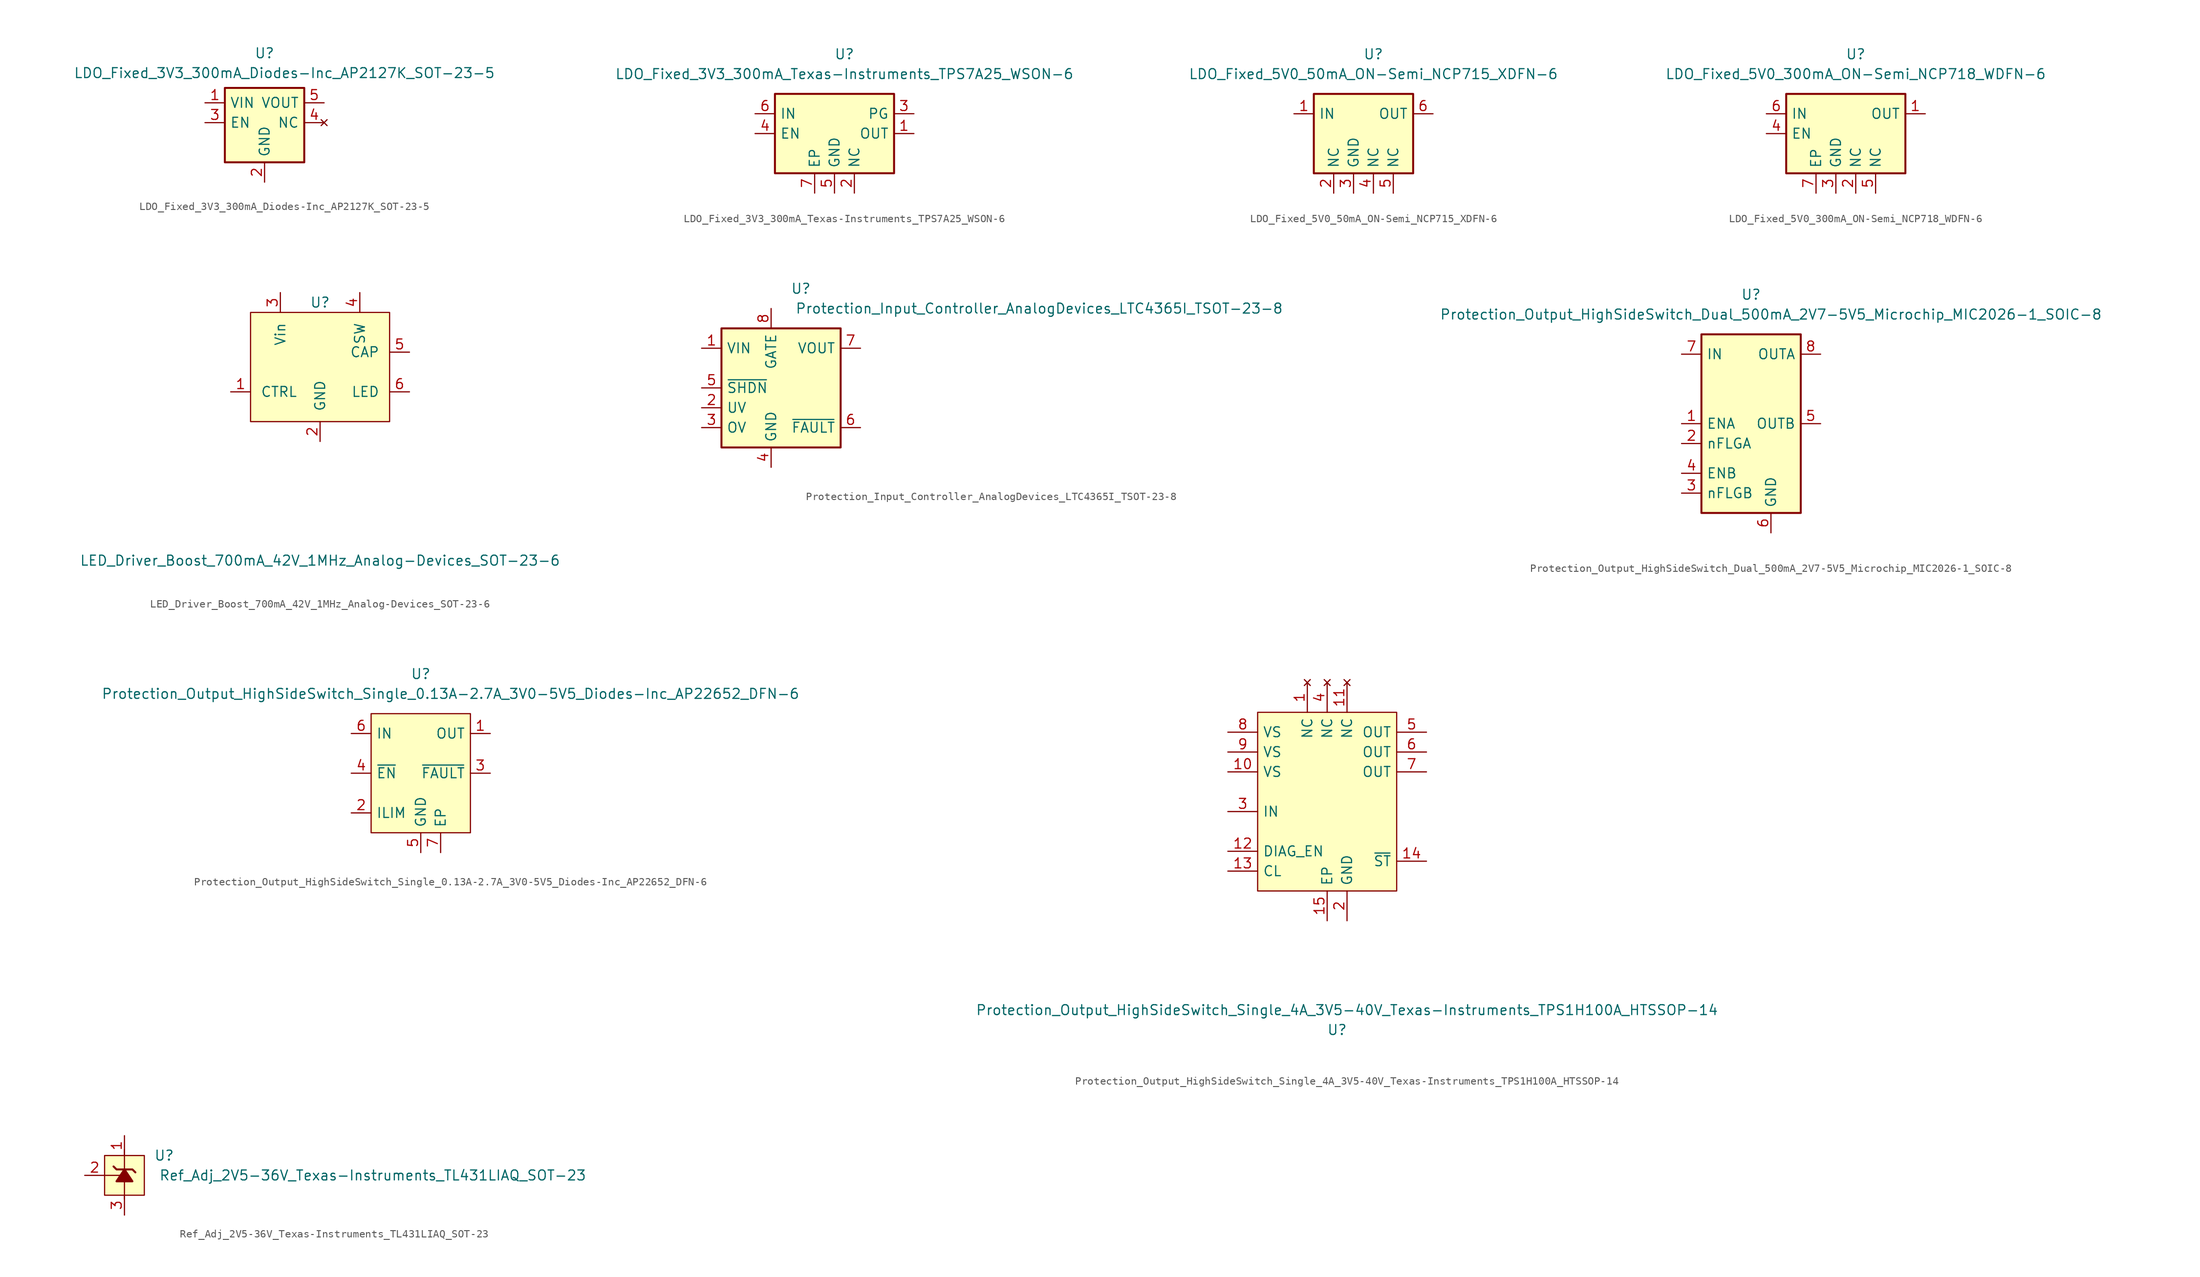
<source format=kicad_sym>
(kicad_symbol_lib
  (version 20211014)
  (generator kicad_symbol_editor)
  (symbol "LDO_Fixed_3V3_300mA_Diodes-Inc_AP2127K_SOT-23-5"
    (pin_names
      (offset 0.635))
    (property "Reference" "U"
      (at 0 8.89 0)
      (effects (font (size 1.27 1.27))))
    (property "Value" "LDO_Fixed_3V3_300mA_Diodes-Inc_AP2127K_SOT-23-5"
      (at 2.54 6.35 0)
      (effects (font (size 1.27 1.27))))
    (symbol "LDO_Fixed_3V3_300mA_Diodes-Inc_AP2127K_SOT-23-5_1_1"
      (rectangle (start -5.08 4.445) (end 5.08 -5.08) (stroke (width 0.254) (type default) (color 0 0 0 0)) (fill (type background)))
      (pin power_in line (at -7.62 2.54 0) (length 2.54) (name "VIN" (effects (font (size 1.27 1.27)))) (number "1" (effects (font (size 1.27 1.27)))))
      (pin power_in line (at 0 -7.62 90) (length 2.54) (name "GND" (effects (font (size 1.27 1.27)))) (number "2" (effects (font (size 1.27 1.27)))))
      (pin input line (at -7.62 0 0) (length 2.54) (name "EN" (effects (font (size 1.27 1.27)))) (number "3" (effects (font (size 1.27 1.27)))))
      (pin no_connect line (at 7.62 0 180) (length 2.54) (name "NC" (effects (font (size 1.27 1.27)))) (number "4" (effects (font (size 1.27 1.27)))))
      (pin power_out line (at 7.62 2.54 180) (length 2.54) (name "VOUT" (effects (font (size 1.27 1.27)))) (number "5" (effects (font (size 1.27 1.27)))))))
  (symbol "LDO_Fixed_3V3_300mA_Texas-Instruments_TPS7A25_WSON-6"
    (pin_names
      (offset 0.635))
    (property "Reference" "U"
      (at 1.27 10.16 0)
      (effects (font (size 1.27 1.27))))
    (property "Value" "LDO_Fixed_3V3_300mA_Texas-Instruments_TPS7A25_WSON-6"
      (at 1.27 7.62 0)
      (effects (font (size 1.27 1.27))))
    (symbol "LDO_Fixed_3V3_300mA_Texas-Instruments_TPS7A25_WSON-6_0_0"
      (pin power_in line (at 0 -7.62 90) (length 2.54) (name "GND" (effects (font (size 1.27 1.27)))) (number "5" (effects (font (size 1.27 1.27)))))
      (pin passive line (at -2.54 -7.62 90) (length 2.54) (name "EP" (effects (font (size 1.27 1.27)))) (number "7" (effects (font (size 1.27 1.27))))))
    (symbol "LDO_Fixed_3V3_300mA_Texas-Instruments_TPS7A25_WSON-6_1_1"
      (rectangle (start -7.62 5.08) (end 7.62 -5.08) (stroke (width 0.254) (type default) (color 0 0 0 0)) (fill (type background)))
      (pin power_out line (at 10.16 0 180) (length 2.54) (name "OUT" (effects (font (size 1.27 1.27)))) (number "1" (effects (font (size 1.27 1.27)))))
      (pin passive line (at 2.54 -7.62 90) (length 2.54) (name "NC" (effects (font (size 1.27 1.27)))) (number "2" (effects (font (size 1.27 1.27)))))
      (pin open_collector line (at 10.16 2.54 180) (length 2.54) (name "PG" (effects (font (size 1.27 1.27)))) (number "3" (effects (font (size 1.27 1.27)))))
      (pin input line (at -10.16 0 0) (length 2.54) (name "EN" (effects (font (size 1.27 1.27)))) (number "4" (effects (font (size 1.27 1.27)))))
      (pin power_in line (at -10.16 2.54 0) (length 2.54) (name "IN" (effects (font (size 1.27 1.27)))) (number "6" (effects (font (size 1.27 1.27)))))))
  (symbol "LDO_Fixed_5V0_50mA_ON-Semi_NCP715_XDFN-6"
    (pin_names
      (offset 0.635))
    (property "Reference" "U"
      (at 1.27 10.16 0)
      (effects (font (size 1.27 1.27))))
    (property "Value" "LDO_Fixed_5V0_50mA_ON-Semi_NCP715_XDFN-6"
      (at 1.27 7.62 0)
      (effects (font (size 1.27 1.27))))
    (symbol "LDO_Fixed_5V0_50mA_ON-Semi_NCP715_XDFN-6_0_0"
      (pin passive line (at 3.81 -7.62 90) (length 2.54) (name "NC" (effects (font (size 1.27 1.27)))) (number "5" (effects (font (size 1.27 1.27))))))
    (symbol "LDO_Fixed_5V0_50mA_ON-Semi_NCP715_XDFN-6_1_1"
      (rectangle (start -6.35 5.08) (end 6.35 -5.08) (stroke (width 0.254) (type default) (color 0 0 0 0)) (fill (type background)))
      (pin power_in line (at -8.89 2.54 0) (length 2.54) (name "IN" (effects (font (size 1.27 1.27)))) (number "1" (effects (font (size 1.27 1.27)))))
      (pin passive line (at -3.81 -7.62 90) (length 2.54) (name "NC" (effects (font (size 1.27 1.27)))) (number "2" (effects (font (size 1.27 1.27)))))
      (pin power_in line (at -1.27 -7.62 90) (length 2.54) (name "GND" (effects (font (size 1.27 1.27)))) (number "3" (effects (font (size 1.27 1.27)))))
      (pin passive line (at 1.27 -7.62 90) (length 2.54) (name "NC" (effects (font (size 1.27 1.27)))) (number "4" (effects (font (size 1.27 1.27)))))
      (pin power_out line (at 8.89 2.54 180) (length 2.54) (name "OUT" (effects (font (size 1.27 1.27)))) (number "6" (effects (font (size 1.27 1.27)))))))
  (symbol "LDO_Fixed_5V0_300mA_ON-Semi_NCP718_WDFN-6"
    (pin_names
      (offset 0.635))
    (property "Reference" "U"
      (at 1.27 10.16 0)
      (effects (font (size 1.27 1.27))))
    (property "Value" "LDO_Fixed_5V0_300mA_ON-Semi_NCP718_WDFN-6"
      (at 1.27 7.62 0)
      (effects (font (size 1.27 1.27))))
    (symbol "LDO_Fixed_5V0_300mA_ON-Semi_NCP718_WDFN-6_0_0"
      (pin passive line (at 3.81 -7.62 90) (length 2.54) (name "NC" (effects (font (size 1.27 1.27)))) (number "5" (effects (font (size 1.27 1.27)))))
      (pin passive line (at -3.81 -7.62 90) (length 2.54) (name "EP" (effects (font (size 1.27 1.27)))) (number "7" (effects (font (size 1.27 1.27))))))
    (symbol "LDO_Fixed_5V0_300mA_ON-Semi_NCP718_WDFN-6_1_1"
      (rectangle (start -7.62 5.08) (end 7.62 -5.08) (stroke (width 0.254) (type default) (color 0 0 0 0)) (fill (type background)))
      (pin power_out line (at 10.16 2.54 180) (length 2.54) (name "OUT" (effects (font (size 1.27 1.27)))) (number "1" (effects (font (size 1.27 1.27)))))
      (pin passive line (at 1.27 -7.62 90) (length 2.54) (name "NC" (effects (font (size 1.27 1.27)))) (number "2" (effects (font (size 1.27 1.27)))))
      (pin power_in line (at -1.27 -7.62 90) (length 2.54) (name "GND" (effects (font (size 1.27 1.27)))) (number "3" (effects (font (size 1.27 1.27)))))
      (pin input line (at -10.16 0 0) (length 2.54) (name "EN" (effects (font (size 1.27 1.27)))) (number "4" (effects (font (size 1.27 1.27)))))
      (pin power_in line (at -10.16 2.54 0) (length 2.54) (name "IN" (effects (font (size 1.27 1.27)))) (number "6" (effects (font (size 1.27 1.27)))))))
  (symbol "LED_Driver_Boost_700mA_42V_1MHz_Analog-Devices_SOT-23-6"
    (pin_names
      (offset 1.27))
    (property "Reference" "U"
      (at 0 8.89 0)
      (effects (font (size 1.27 1.27))))
    (property "Value" "LED_Driver_Boost_700mA_42V_1MHz_Analog-Devices_SOT-23-6"
      (at 0 -24.13 0)
      (effects (font (size 1.27 1.27))))
    (symbol "LED_Driver_Boost_700mA_42V_1MHz_Analog-Devices_SOT-23-6_0_1"
      (rectangle (start -8.89 -6.35) (end 8.89 7.62) (stroke (width 0) (type default) (color 0 0 0 0)) (fill (type background))))
    (symbol "LED_Driver_Boost_700mA_42V_1MHz_Analog-Devices_SOT-23-6_1_1"
      (pin input line (at -11.43 -2.54 0) (length 2.54) (name "CTRL" (effects (font (size 1.27 1.27)))) (number "1" (effects (font (size 1.27 1.27)))))
      (pin power_in line (at 0 -8.89 90) (length 2.54) (name "GND" (effects (font (size 1.27 1.27)))) (number "2" (effects (font (size 1.27 1.27)))))
      (pin power_out line (at -5.08 10.16 270) (length 2.54) (name "Vin" (effects (font (size 1.27 1.27)))) (number "3" (effects (font (size 1.27 1.27)))))
      (pin power_in line (at 5.08 10.16 270) (length 2.54) (name "SW" (effects (font (size 1.27 1.27)))) (number "4" (effects (font (size 1.27 1.27)))))
      (pin power_in line (at 11.43 2.54 180) (length 2.54) (name "CAP" (effects (font (size 1.27 1.27)))) (number "5" (effects (font (size 1.27 1.27)))))
      (pin output line (at 11.43 -2.54 180) (length 2.54) (name "LED" (effects (font (size 1.27 1.27)))) (number "6" (effects (font (size 1.27 1.27)))))))
  (symbol "Protection_Input_Controller_AnalogDevices_LTC4365I_TSOT-23-8"
    (pin_names
      (offset 0.635))
    (property "Reference" "U"
      (at 2.54 12.7 0)
      (effects (font (size 1.27 1.27))))
    (property "Value" "Protection_Input_Controller_AnalogDevices_LTC4365I_TSOT-23-8"
      (at 33.02 10.16 0)
      (effects (font (size 1.27 1.27))))
    (symbol "Protection_Input_Controller_AnalogDevices_LTC4365I_TSOT-23-8_1_1"
      (rectangle (start -7.62 7.62) (end 7.62 -7.62) (stroke (width 0.254) (type default) (color 0 0 0 0)) (fill (type background)))
      (pin power_in line (at -10.16 5.08 0) (length 2.54) (name "VIN" (effects (font (size 1.27 1.27)))) (number "1" (effects (font (size 1.27 1.27)))))
      (pin input line (at -10.16 -2.54 0) (length 2.54) (name "UV" (effects (font (size 1.27 1.27)))) (number "2" (effects (font (size 1.27 1.27)))))
      (pin input line (at -10.16 -5.08 0) (length 2.54) (name "OV" (effects (font (size 1.27 1.27)))) (number "3" (effects (font (size 1.27 1.27)))))
      (pin power_in line (at -1.27 -10.16 90) (length 2.54) (name "GND" (effects (font (size 1.27 1.27)))) (number "4" (effects (font (size 1.27 1.27)))))
      (pin input line (at -10.16 0 0) (length 2.54) (name "~{SHDN}" (effects (font (size 1.27 1.27)))) (number "5" (effects (font (size 1.27 1.27)))))
      (pin open_collector line (at 10.16 -5.08 180) (length 2.54) (name "~{FAULT}" (effects (font (size 1.27 1.27)))) (number "6" (effects (font (size 1.27 1.27)))))
      (pin input line (at 10.16 5.08 180) (length 2.54) (name "VOUT" (effects (font (size 1.27 1.27)))) (number "7" (effects (font (size 1.27 1.27)))))
      (pin output line (at -1.27 10.16 270) (length 2.54) (name "GATE" (effects (font (size 1.27 1.27)))) (number "8" (effects (font (size 1.27 1.27)))))))
  (symbol "Protection_Output_HighSideSwitch_Dual_500mA_2V7-5V5_Microchip_MIC2026-1_SOIC-8"
    (pin_names
      (offset 0.635))
    (property "Reference" "U"
      (at 0 16.51 0)
      (effects (font (size 1.27 1.27))))
    (property "Value" "Protection_Output_HighSideSwitch_Dual_500mA_2V7-5V5_Microchip_MIC2026-1_SOIC-8"
      (at 2.54 13.97 0)
      (effects (font (size 1.27 1.27))))
    (symbol "Protection_Output_HighSideSwitch_Dual_500mA_2V7-5V5_Microchip_MIC2026-1_SOIC-8_1_1"
      (rectangle (start -6.35 -11.43) (end 6.35 11.43) (stroke (width 0.254) (type default) (color 0 0 0 0)) (fill (type background)))
      (pin input line (at -8.89 0 0) (length 2.54) (name "ENA" (effects (font (size 1.27 1.27)))) (number "1" (effects (font (size 1.27 1.27)))))
      (pin open_collector line (at -8.89 -2.54 0) (length 2.54) (name "nFLGA" (effects (font (size 1.27 1.27)))) (number "2" (effects (font (size 1.27 1.27)))))
      (pin open_collector line (at -8.89 -8.89 0) (length 2.54) (name "nFLGB" (effects (font (size 1.27 1.27)))) (number "3" (effects (font (size 1.27 1.27)))))
      (pin input line (at -8.89 -6.35 0) (length 2.54) (name "ENB" (effects (font (size 1.27 1.27)))) (number "4" (effects (font (size 1.27 1.27)))))
      (pin power_out line (at 8.89 0 180) (length 2.54) (name "OUTB" (effects (font (size 1.27 1.27)))) (number "5" (effects (font (size 1.27 1.27)))))
      (pin power_in line (at 2.54 -13.97 90) (length 2.54) (name "GND" (effects (font (size 1.27 1.27)))) (number "6" (effects (font (size 1.27 1.27)))))
      (pin power_in line (at -8.89 8.89 0) (length 2.54) (name "IN" (effects (font (size 1.27 1.27)))) (number "7" (effects (font (size 1.27 1.27)))))
      (pin power_out line (at 8.89 8.89 180) (length 2.54) (name "OUTA" (effects (font (size 1.27 1.27)))) (number "8" (effects (font (size 1.27 1.27)))))))
  (symbol "Protection_Output_HighSideSwitch_Single_0.13A-2.7A_3V0-5V5_Diodes-Inc_AP22652_DFN-6"
    (pin_names
      (offset 0.635))
    (property "Reference" "U"
      (at 0 12.7 0)
      (effects (font (size 1.27 1.27))))
    (property "Value" "Protection_Output_HighSideSwitch_Single_0.13A-2.7A_3V0-5V5_Diodes-Inc_AP22652_DFN-6"
      (at 3.81 10.16 0)
      (effects (font (size 1.27 1.27))))
    (symbol "Protection_Output_HighSideSwitch_Single_0.13A-2.7A_3V0-5V5_Diodes-Inc_AP22652_DFN-6_0_0"
      (pin power_out line (at 8.89 5.08 180) (length 2.54) (name "OUT" (effects (font (size 1.27 1.27)))) (number "1" (effects (font (size 1.27 1.27)))))
      (pin output line (at -8.89 -5.08 0) (length 2.54) (name "ILIM" (effects (font (size 1.27 1.27)))) (number "2" (effects (font (size 1.27 1.27)))))
      (pin open_collector line (at 8.89 0 180) (length 2.54) (name "~{FAULT}" (effects (font (size 1.27 1.27)))) (number "3" (effects (font (size 1.27 1.27)))))
      (pin input line (at -8.89 0 0) (length 2.54) (name "~{EN}" (effects (font (size 1.27 1.27)))) (number "4" (effects (font (size 1.27 1.27)))))
      (pin power_in line (at 0 -10.16 90) (length 2.54) (name "GND" (effects (font (size 1.27 1.27)))) (number "5" (effects (font (size 1.27 1.27)))))
      (pin power_in line (at -8.89 5.08 0) (length 2.54) (name "IN" (effects (font (size 1.27 1.27)))) (number "6" (effects (font (size 1.27 1.27)))))
      (pin passive line (at 2.54 -10.16 90) (length 2.54) (name "EP" (effects (font (size 1.27 1.27)))) (number "7" (effects (font (size 1.27 1.27))))))
    (symbol "Protection_Output_HighSideSwitch_Single_0.13A-2.7A_3V0-5V5_Diodes-Inc_AP22652_DFN-6_0_1"
      (rectangle (start -6.35 7.62) (end 6.35 -7.62) (stroke (width 0) (type default) (color 0 0 0 0)) (fill (type background)))))
  (symbol "Protection_Output_HighSideSwitch_Single_4A_3V5-40V_Texas-Instruments_TPS1H100A_HTSSOP-14"
    (pin_names
      (offset 0.635))
    (property "Reference" "U"
      (at 1.27 -29.21 0)
      (effects (font (size 1.27 1.27))))
    (property "Value" "Protection_Output_HighSideSwitch_Single_4A_3V5-40V_Texas-Instruments_TPS1H100A_HTSSOP-14"
      (at 2.54 -26.67 0)
      (effects (font (size 1.27 1.27))))
    (symbol "Protection_Output_HighSideSwitch_Single_4A_3V5-40V_Texas-Instruments_TPS1H100A_HTSSOP-14_0_0"
      (pin no_connect line (at -2.54 15.24 270) (length 3.81) (name "NC" (effects (font (size 1.27 1.27)))) (number "1" (effects (font (size 1.27 1.27)))))
      (pin passive line (at -12.7 3.81 0) (length 3.81) (name "VS" (effects (font (size 1.27 1.27)))) (number "10" (effects (font (size 1.27 1.27)))))
      (pin no_connect line (at 2.54 15.24 270) (length 3.81) (name "NC" (effects (font (size 1.27 1.27)))) (number "11" (effects (font (size 1.27 1.27)))))
      (pin input line (at -12.7 -6.35 0) (length 3.81) (name "DIAG_EN" (effects (font (size 1.27 1.27)))) (number "12" (effects (font (size 1.27 1.27)))))
      (pin output line (at -12.7 -8.89 0) (length 3.81) (name "CL" (effects (font (size 1.27 1.27)))) (number "13" (effects (font (size 1.27 1.27)))))
      (pin open_collector line (at 12.7 -7.62 180) (length 3.81) (name "~{ST}" (effects (font (size 1.27 1.27)))) (number "14" (effects (font (size 1.27 1.27)))))
      (pin passive line (at 0 -15.24 90) (length 3.81) (name "EP" (effects (font (size 1.27 1.27)))) (number "15" (effects (font (size 1.27 1.27)))))
      (pin power_in line (at 2.54 -15.24 90) (length 3.81) (name "GND" (effects (font (size 1.27 1.27)))) (number "2" (effects (font (size 1.27 1.27)))))
      (pin input line (at -12.7 -1.27 0) (length 3.81) (name "IN" (effects (font (size 1.27 1.27)))) (number "3" (effects (font (size 1.27 1.27)))))
      (pin no_connect line (at 0 15.24 270) (length 3.81) (name "NC" (effects (font (size 1.27 1.27)))) (number "4" (effects (font (size 1.27 1.27)))))
      (pin power_out line (at 12.7 8.89 180) (length 3.81) (name "OUT" (effects (font (size 1.27 1.27)))) (number "5" (effects (font (size 1.27 1.27)))))
      (pin passive line (at 12.7 6.35 180) (length 3.81) (name "OUT" (effects (font (size 1.27 1.27)))) (number "6" (effects (font (size 1.27 1.27)))))
      (pin passive line (at 12.7 3.81 180) (length 3.81) (name "OUT" (effects (font (size 1.27 1.27)))) (number "7" (effects (font (size 1.27 1.27)))))
      (pin power_in line (at -12.7 8.89 0) (length 3.81) (name "VS" (effects (font (size 1.27 1.27)))) (number "8" (effects (font (size 1.27 1.27)))))
      (pin passive line (at -12.7 6.35 0) (length 3.81) (name "VS" (effects (font (size 1.27 1.27)))) (number "9" (effects (font (size 1.27 1.27))))))
    (symbol "Protection_Output_HighSideSwitch_Single_4A_3V5-40V_Texas-Instruments_TPS1H100A_HTSSOP-14_0_1"
      (rectangle (start -8.89 11.43) (end 8.89 -11.43) (stroke (width 0) (type default) (color 0 0 0 0)) (fill (type background)))))
  (symbol "Ref_Adj_2V5-36V_Texas-Instruments_TL431LIAQ_SOT-23"
    (pin_names
      (offset 1.27) hide)
    (property "Reference" "U"
      (at 5.08 2.54 0)
      (effects (font (size 1.27 1.27))))
    (property "Value" "Ref_Adj_2V5-36V_Texas-Instruments_TL431LIAQ_SOT-23"
      (at 31.75 0 0)
      (effects (font (size 1.27 1.27))))
    (symbol "Ref_Adj_2V5-36V_Texas-Instruments_TL431LIAQ_SOT-23_0_0"
      (pin passive line (at -5.08 0 0) (length 2.54) (name "REF" (effects (font (size 1.27 1.27)))) (number "2" (effects (font (size 1.27 1.27))))))
    (symbol "Ref_Adj_2V5-36V_Texas-Instruments_TL431LIAQ_SOT-23_1_1"
      (rectangle (start -2.54 2.54) (end 2.54 -2.54) (stroke (width 0) (type default) (color 0 0 0 0)) (fill (type background)))
      (polyline (pts (xy 0 -3.048) (xy 0 3.302)) (stroke (width 0) (type default) (color 0 0 0 0)) (fill (type none)))
      (polyline (pts (xy 0 0) (xy -2.54 0)) (stroke (width 0) (type default) (color 0 0 0 0)) (fill (type none)))
      (polyline (pts (xy -1.397 1.143) (xy -1.016 0.762) (xy 1.016 0.762) (xy 1.397 0.381)) (stroke (width 0.254) (type default) (color 0 0 0 0)) (fill (type none)))
      (polyline (pts (xy 1.016 -0.762) (xy 0 0.762) (xy -1.016 -0.762) (xy 1.016 -0.762)) (stroke (width 0.254) (type default) (color 0 0 0 0)) (fill (type outline)))
      (pin passive line (at 0 5.08 270) (length 2.54) (name "K" (effects (font (size 1.27 1.27)))) (number "1" (effects (font (size 1.27 1.27)))))
      (pin passive line (at 0 -5.08 90) (length 2.54) (name "A" (effects (font (size 1.27 1.27)))) (number "3" (effects (font (size 1.27 1.27))))))))
</source>
